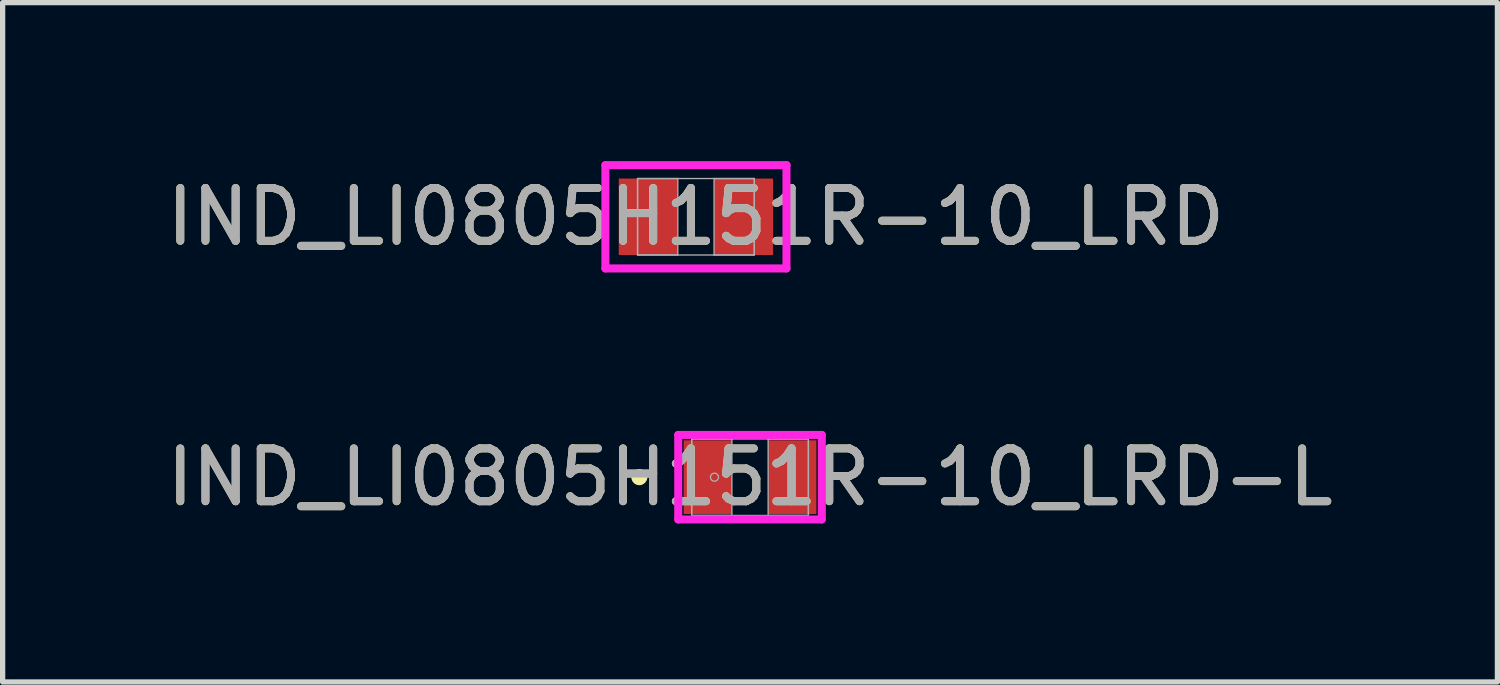
<source format=kicad_pcb>
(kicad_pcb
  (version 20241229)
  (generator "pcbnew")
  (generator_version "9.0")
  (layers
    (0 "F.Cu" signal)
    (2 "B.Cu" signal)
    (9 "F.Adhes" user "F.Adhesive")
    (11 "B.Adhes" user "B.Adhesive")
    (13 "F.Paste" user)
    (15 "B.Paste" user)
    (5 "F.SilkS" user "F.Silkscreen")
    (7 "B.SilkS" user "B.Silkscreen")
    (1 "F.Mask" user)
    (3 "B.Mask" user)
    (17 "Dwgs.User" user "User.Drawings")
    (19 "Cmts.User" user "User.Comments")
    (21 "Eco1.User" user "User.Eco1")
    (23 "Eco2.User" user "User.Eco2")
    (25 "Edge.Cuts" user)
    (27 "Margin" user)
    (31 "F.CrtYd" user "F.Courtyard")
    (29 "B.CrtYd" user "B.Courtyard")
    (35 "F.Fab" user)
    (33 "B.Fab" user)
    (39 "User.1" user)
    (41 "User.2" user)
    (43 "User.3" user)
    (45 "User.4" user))
  (footprint "IND_LI0805H151R-10_LRD"
    (layer "F.Cu")
    (at 10.125 1.054)
    (property "Reference" "IND_LI0805H151R-10_LRD" (at 0 0 0) (unlocked yes) (layer "F.SilkS") (effects (font (size 1 1) (thickness 0.15))))
    (attr smd)
    (fp_line (start -1.714 -0.978) (end 1.714 -0.978) (stroke (width 0.152) (type solid)) (layer "F.CrtYd"))
    (fp_line (start -1.714 0.978) (end -1.714 -0.978) (stroke (width 0.152) (type solid)) (layer "F.CrtYd"))
    (fp_line (start 1.714 -0.978) (end 1.714 0.978) (stroke (width 0.152) (type solid)) (layer "F.CrtYd"))
    (fp_line (start 1.714 0.978) (end -1.714 0.978) (stroke (width 0.152) (type solid)) (layer "F.CrtYd"))
    (fp_line (start -1.105 -0.724) (end -1.105 0.724) (stroke (width 0.025) (type solid)) (layer "F.Fab"))
    (fp_line (start -1.105 -0.724) (end -1.105 0.724) (stroke (width 0.025) (type solid)) (layer "F.Fab"))
    (fp_line (start -1.105 0.724) (end -0.343 0.724) (stroke (width 0.025) (type solid)) (layer "F.Fab"))
    (fp_line (start -1.105 0.724) (end 1.105 0.724) (stroke (width 0.025) (type solid)) (layer "F.Fab"))
    (fp_line (start -0.343 -0.724) (end -1.105 -0.724) (stroke (width 0.025) (type solid)) (layer "F.Fab"))
    (fp_line (start -0.343 0.724) (end -0.343 -0.724) (stroke (width 0.025) (type solid)) (layer "F.Fab"))
    (fp_line (start 0.343 -0.724) (end 0.343 0.724) (stroke (width 0.025) (type solid)) (layer "F.Fab"))
    (fp_line (start 0.343 0.724) (end 1.105 0.724) (stroke (width 0.025) (type solid)) (layer "F.Fab"))
    (fp_line (start 1.105 -0.724) (end -1.105 -0.724) (stroke (width 0.025) (type solid)) (layer "F.Fab"))
    (fp_line (start 1.105 -0.724) (end 0.343 -0.724) (stroke (width 0.025) (type solid)) (layer "F.Fab"))
    (fp_line (start 1.105 0.724) (end 1.105 -0.724) (stroke (width 0.025) (type solid)) (layer "F.Fab"))
    (fp_line (start 1.105 0.724) (end 1.105 -0.724) (stroke (width 0.025) (type solid)) (layer "F.Fab"))
    (fp_circle (center -0.775 0) (end -0.775 0) (stroke (width 0.025) (type solid)) (fill no) (layer "F.Fab"))
    (fp_text user "${REFERENCE}" (at 0 0 0) (unlocked yes) (layer "F.Fab") (effects (font (size 1 1) (thickness 0.15))))
    (pad "1" smd rect (at -0.902 0) (size 1.118 1.448) (layers "F.Cu" "F.Mask" "F.Paste"))
    (pad "2" smd rect (at 0.902 0) (size 1.118 1.448) (layers "F.Cu" "F.Mask" "F.Paste"))
    (zone (net_name "") (layer "F.Cu") (hatch full 0.508) (connect_pads) (min_thickness 0.254) (filled_areas_thickness no) (keepout (tracks not_allowed) (vias not_allowed) (pads allowed) (copperpour not_allowed) (footprints allowed)) (placement (enabled no)) (fill) (polygon (pts (xy 9.833 0.381) (xy 10.417 0.381) (xy 10.417 1.727) (xy 9.833 1.727)))))
  (footprint "IND_LI0805H151R-10_LRD-L"
    (layer "F.Cu")
    (at 11.149 5.984)
    (property "Reference" "IND_LI0805H151R-10_LRD-L" (at 0 0 0) (unlocked yes) (layer "F.SilkS") (effects (font (size 1 1) (thickness 0.15))))
    (attr smd)
    (fp_circle (center -2.095 0) (end -2.019 0) (stroke (width 0.152) (type solid)) (fill no) (layer "F.SilkS"))
    (fp_line (start -1.359 -0.8) (end 1.359 -0.8) (stroke (width 0.152) (type solid)) (layer "F.CrtYd"))
    (fp_line (start -1.359 0.8) (end -1.359 -0.8) (stroke (width 0.152) (type solid)) (layer "F.CrtYd"))
    (fp_line (start 1.359 -0.8) (end 1.359 0.8) (stroke (width 0.152) (type solid)) (layer "F.CrtYd"))
    (fp_line (start 1.359 0.8) (end -1.359 0.8) (stroke (width 0.152) (type solid)) (layer "F.CrtYd"))
    (fp_line (start -1.105 -0.724) (end -1.105 0.724) (stroke (width 0.025) (type solid)) (layer "F.Fab"))
    (fp_line (start -1.105 -0.724) (end -1.105 0.724) (stroke (width 0.025) (type solid)) (layer "F.Fab"))
    (fp_line (start -1.105 0.724) (end -0.343 0.724) (stroke (width 0.025) (type solid)) (layer "F.Fab"))
    (fp_line (start -1.105 0.724) (end 1.105 0.724) (stroke (width 0.025) (type solid)) (layer "F.Fab"))
    (fp_line (start -0.343 -0.724) (end -1.105 -0.724) (stroke (width 0.025) (type solid)) (layer "F.Fab"))
    (fp_line (start -0.343 0.724) (end -0.343 -0.724) (stroke (width 0.025) (type solid)) (layer "F.Fab"))
    (fp_line (start 0.343 -0.724) (end 0.343 0.724) (stroke (width 0.025) (type solid)) (layer "F.Fab"))
    (fp_line (start 0.343 0.724) (end 1.105 0.724) (stroke (width 0.025) (type solid)) (layer "F.Fab"))
    (fp_line (start 1.105 -0.724) (end -1.105 -0.724) (stroke (width 0.025) (type solid)) (layer "F.Fab"))
    (fp_line (start 1.105 -0.724) (end 0.343 -0.724) (stroke (width 0.025) (type solid)) (layer "F.Fab"))
    (fp_line (start 1.105 0.724) (end 1.105 -0.724) (stroke (width 0.025) (type solid)) (layer "F.Fab"))
    (fp_line (start 1.105 0.724) (end 1.105 -0.724) (stroke (width 0.025) (type solid)) (layer "F.Fab"))
    (fp_circle (center -0.673 0) (end -0.597 0) (stroke (width 0.025) (type solid)) (fill no) (layer "F.Fab"))
    (fp_text user "${REFERENCE}" (at 0 0 0) (unlocked yes) (layer "F.Fab") (effects (font (size 1 1) (thickness 0.15))))
    (pad "1" smd rect (at -0.8 0) (size 0.914 1.397) (layers "F.Cu" "F.Mask" "F.Paste"))
    (pad "2" smd rect (at 0.8 0) (size 0.914 1.397) (layers "F.Cu" "F.Mask" "F.Paste"))
    (zone (net_name "") (layer "F.Cu") (hatch full 0.508) (connect_pads) (min_thickness 0.254) (filled_areas_thickness no) (keepout (tracks not_allowed) (vias not_allowed) (pads allowed) (copperpour not_allowed) (footprints allowed)) (placement (enabled no)) (fill) (polygon (pts (xy 10.857 5.311) (xy 11.441 5.311) (xy 11.441 6.658) (xy 10.857 6.658)))))
  (gr_rect
    (start -3 -3)
    (end 25.298 9.861)
    (stroke (width 0.1) (type default))
    (fill no)
    (layer "Edge.Cuts")))
</source>
